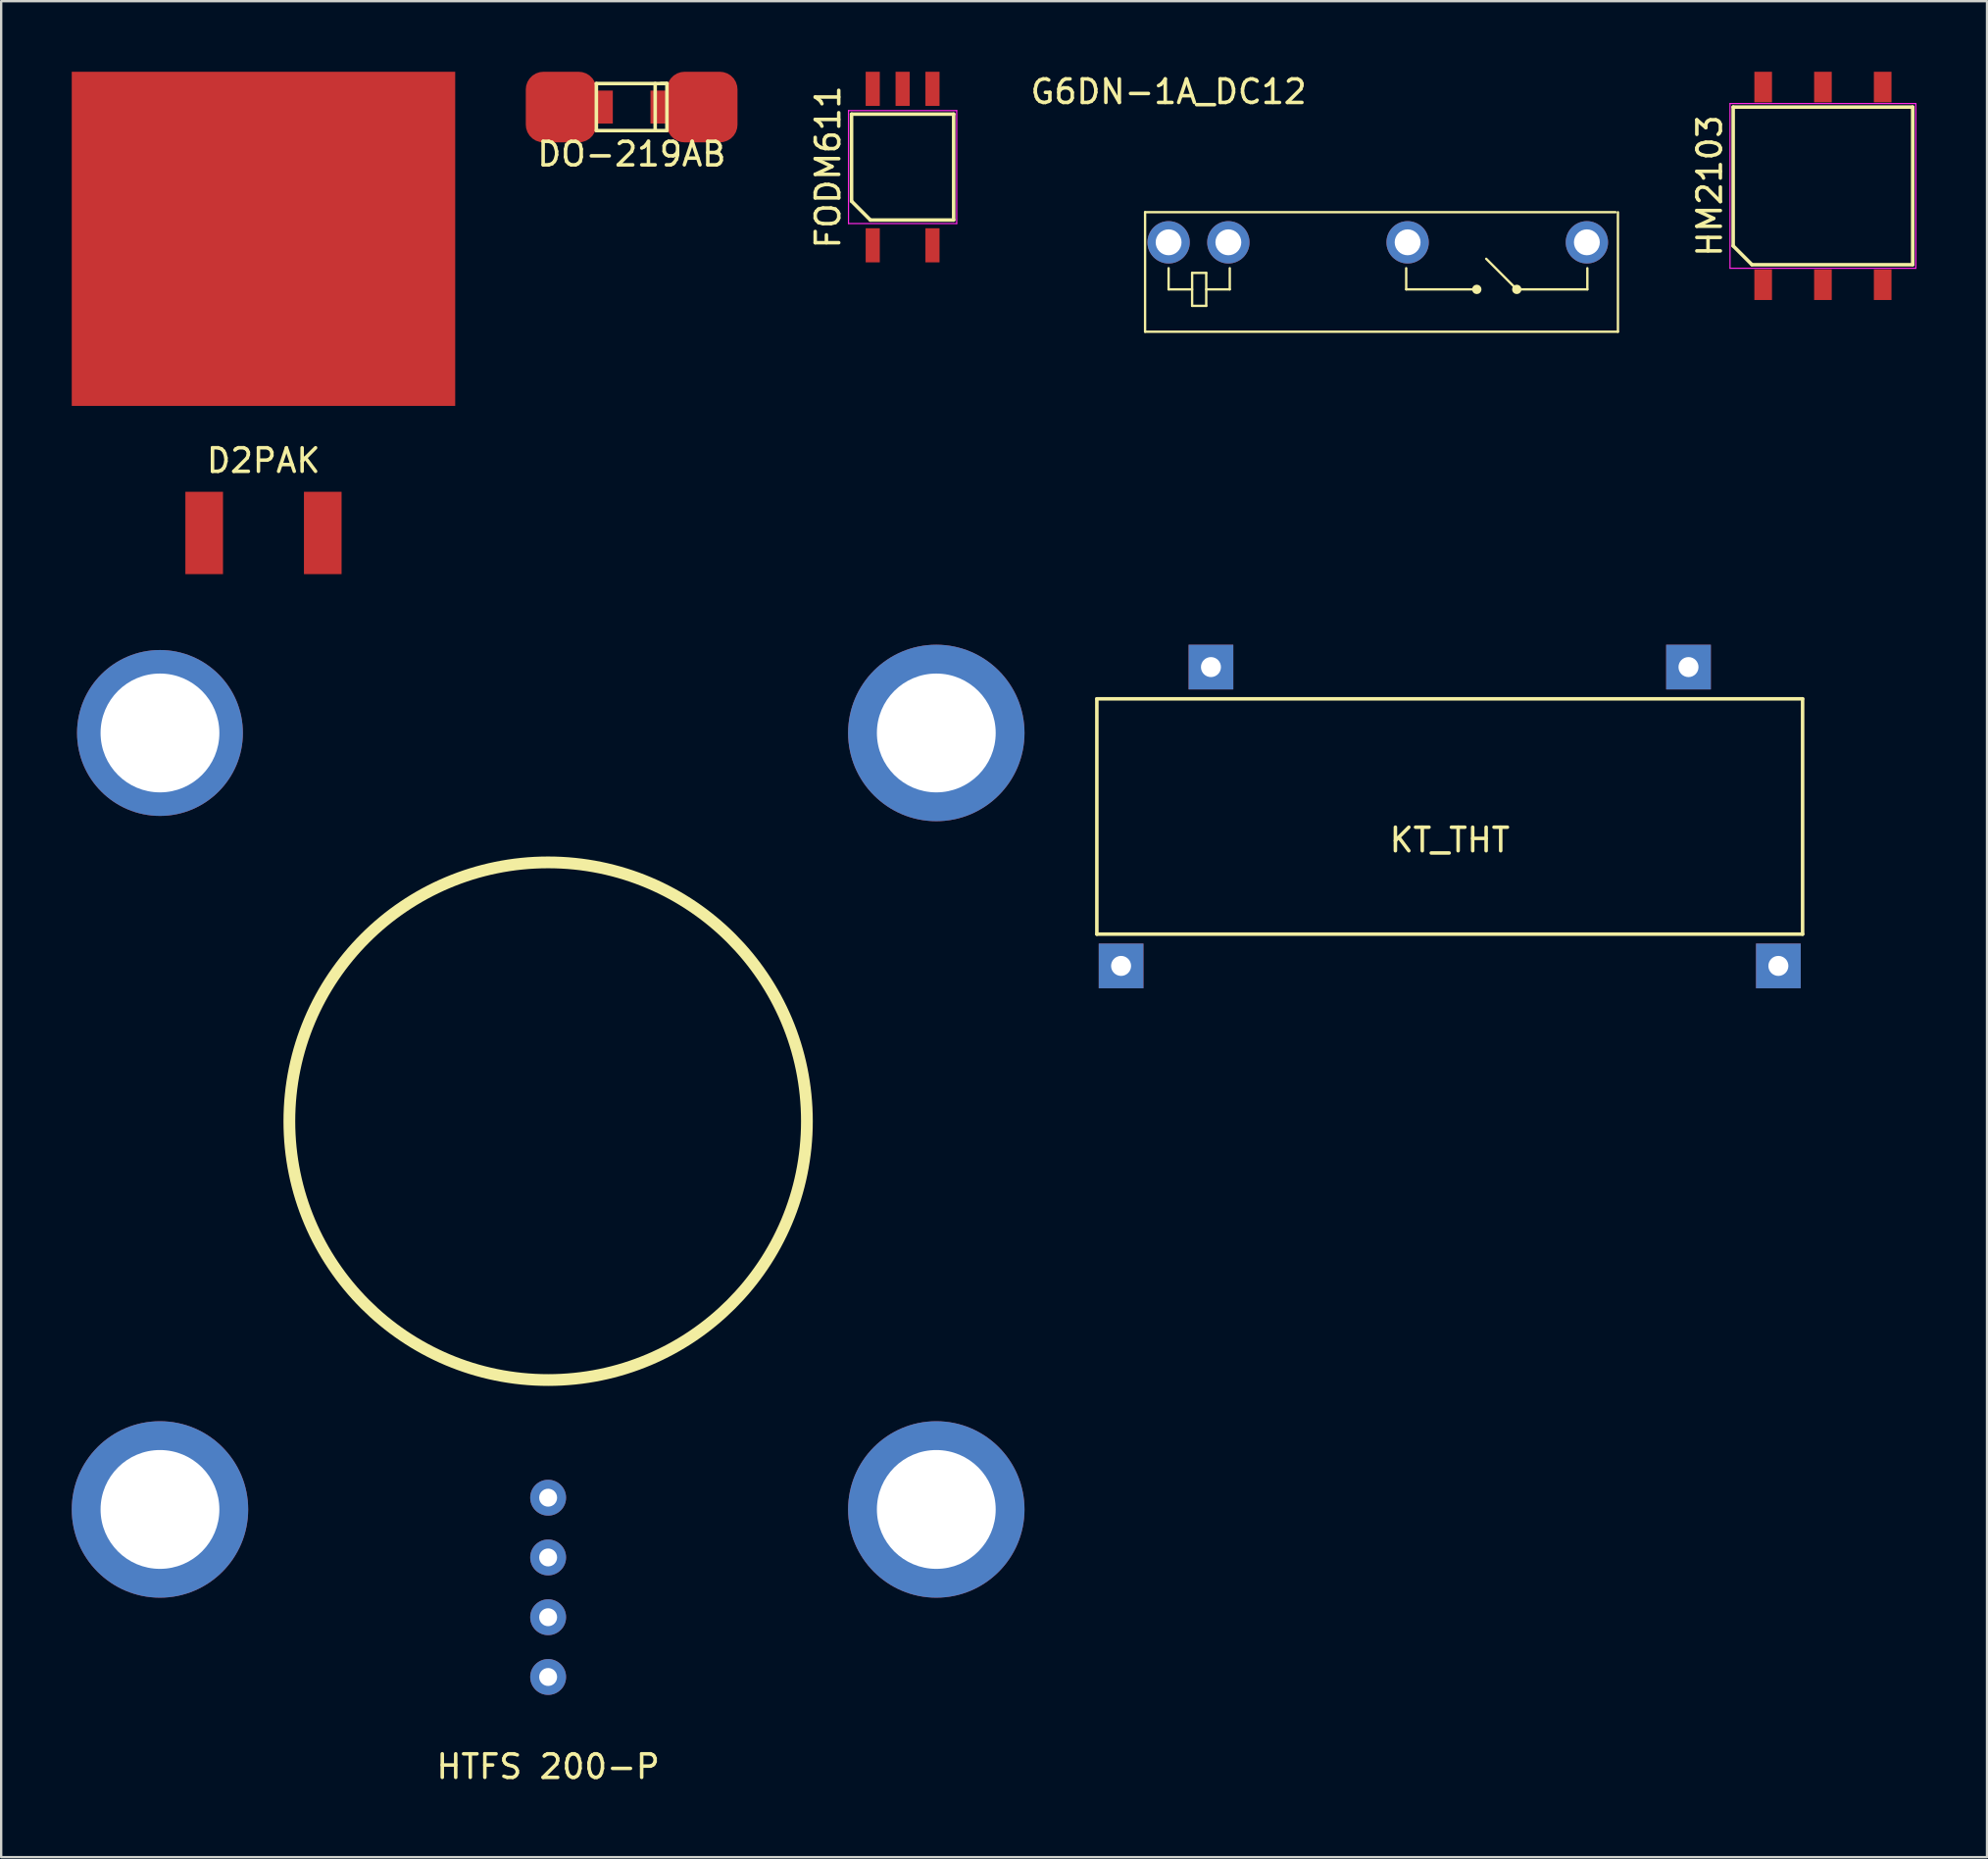
<source format=kicad_pcb>
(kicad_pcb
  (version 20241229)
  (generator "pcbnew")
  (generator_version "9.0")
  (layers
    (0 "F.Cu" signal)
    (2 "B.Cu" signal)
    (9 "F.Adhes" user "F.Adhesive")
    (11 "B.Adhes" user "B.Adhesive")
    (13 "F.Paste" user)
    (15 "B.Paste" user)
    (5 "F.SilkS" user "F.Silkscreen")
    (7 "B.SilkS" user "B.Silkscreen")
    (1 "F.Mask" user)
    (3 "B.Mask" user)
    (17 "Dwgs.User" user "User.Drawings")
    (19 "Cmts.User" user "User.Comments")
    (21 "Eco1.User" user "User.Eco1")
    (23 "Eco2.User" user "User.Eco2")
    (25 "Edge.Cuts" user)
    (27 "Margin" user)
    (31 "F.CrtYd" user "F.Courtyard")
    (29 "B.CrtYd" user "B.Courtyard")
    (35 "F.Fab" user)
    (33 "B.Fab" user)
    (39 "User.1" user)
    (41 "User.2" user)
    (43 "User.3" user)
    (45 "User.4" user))
  (footprint "FODM611"
    (layer "F.Cu")
    (at 35.318 4.05)
    (property "Reference" "FODM611" (at -3.17 0 90) (layer "F.SilkS") (effects (font (size 1 1) (thickness 0.15))))
    (attr smd)
    (fp_line (start -2.17 -2.25) (end 2.17 -2.25) (stroke (width 0.15) (type solid)) (layer "F.SilkS"))
    (fp_line (start -2.17 1.45) (end -2.17 -2.25) (stroke (width 0.15) (type solid)) (layer "F.SilkS"))
    (fp_line (start -1.37 2.25) (end -2.17 1.45) (stroke (width 0.15) (type solid)) (layer "F.SilkS"))
    (fp_line (start 2.17 -2.25) (end 2.17 2.25) (stroke (width 0.15) (type solid)) (layer "F.SilkS"))
    (fp_line (start 2.17 2.25) (end -1.37 2.25) (stroke (width 0.15) (type solid)) (layer "F.SilkS"))
    (fp_line (start -2.3 -2.4) (end 2.3 -2.4) (stroke (width 0.05) (type solid)) (layer "F.CrtYd"))
    (fp_line (start -2.3 2.4) (end -2.3 -2.4) (stroke (width 0.05) (type solid)) (layer "F.CrtYd"))
    (fp_line (start 2.3 -2.4) (end 2.3 2.4) (stroke (width 0.05) (type solid)) (layer "F.CrtYd"))
    (fp_line (start 2.3 2.4) (end -2.3 2.4) (stroke (width 0.05) (type solid)) (layer "F.CrtYd"))
    (pad "1" smd rect (at -1.27 3.325) (size 0.6 1.45) (layers "F.Cu" "F.Mask" "F.Paste"))
    (pad "3" smd rect (at 1.27 3.325) (size 0.6 1.45) (layers "F.Cu" "F.Mask" "F.Paste"))
    (pad "4" smd rect (at 1.27 -3.325) (size 0.6 1.45) (layers "F.Cu" "F.Mask" "F.Paste"))
    (pad "5" smd rect (at 0 -3.325) (size 0.6 1.45) (layers "F.Cu" "F.Mask" "F.Paste"))
    (pad "6" smd rect (at -1.27 -3.325) (size 0.6 1.45) (layers "F.Cu" "F.Mask" "F.Paste")))
  (footprint "DO-219AB"
    (layer "F.Cu")
    (at 23.8 1.5)
    (property "Reference" "DO-219AB" (at 0 2 0) (layer "F.SilkS") (effects (font (size 1 1) (thickness 0.15))))
    (attr through_hole)
    (fp_line (start -1.5 -1) (end -1.5 1) (stroke (width 0.15) (type solid)) (layer "F.SilkS"))
    (fp_line (start -1.5 1) (end 1.5 1) (stroke (width 0.15) (type solid)) (layer "F.SilkS"))
    (fp_line (start 1 -1) (end 1 1) (stroke (width 0.15) (type solid)) (layer "F.SilkS"))
    (fp_line (start 1.5 -1) (end -1.5 -1) (stroke (width 0.15) (type solid)) (layer "F.SilkS"))
    (fp_line (start 1.5 -1) (end 1.25 -1) (stroke (width 0.15) (type solid)) (layer "F.SilkS"))
    (fp_line (start 1.5 1) (end 1.5 -1) (stroke (width 0.15) (type solid)) (layer "F.SilkS"))
    (pad "1" smd roundrect (at -3 0) (size 3 3) (layers "F.Cu") (roundrect_rratio 0.25))
    (pad "1" smd rect (at -1.45 0) (size 1.3 1.4) (layers "F.Cu" "F.Mask" "F.Paste"))
    (pad "2" smd rect (at 1.45 0) (size 1.3 1.4) (layers "F.Cu" "F.Mask" "F.Paste"))
    (pad "2" smd roundrect (at 3 0) (size 3 3) (layers "F.Cu") (roundrect_rratio 0.25)))
  (footprint "G6DN-1A_DC12"
    (layer "F.Cu")
    (at 46.625 7.248)
    (property "Reference" "G6DN-1A_DC12" (at 0 -6.4 0) (layer "F.SilkS") (effects (font (size 1 1) (thickness 0.15))))
    (attr through_hole)
    (fp_line (start -1 -1.28) (end 19 -1.28) (stroke (width 0.1) (type solid)) (layer "F.SilkS"))
    (fp_line (start -1 3.8) (end -1 -1.28) (stroke (width 0.1) (type solid)) (layer "F.SilkS"))
    (fp_line (start -1 3.8) (end 19.1 3.8) (stroke (width 0.1) (type solid)) (layer "F.SilkS"))
    (fp_line (start 0 1.1) (end 0 2) (stroke (width 0.1) (type solid)) (layer "F.SilkS"))
    (fp_line (start 0 2) (end 1 2) (stroke (width 0.1) (type solid)) (layer "F.SilkS"))
    (fp_line (start 1 1.3) (end 1.6 1.3) (stroke (width 0.1) (type solid)) (layer "F.SilkS"))
    (fp_line (start 1 2.7) (end 1 1.3) (stroke (width 0.1) (type solid)) (layer "F.SilkS"))
    (fp_line (start 1.6 1.3) (end 1.6 2.7) (stroke (width 0.1) (type solid)) (layer "F.SilkS"))
    (fp_line (start 1.6 2) (end 2.6 2) (stroke (width 0.1) (type solid)) (layer "F.SilkS"))
    (fp_line (start 1.6 2.7) (end 1 2.7) (stroke (width 0.1) (type solid)) (layer "F.SilkS"))
    (fp_line (start 2.6 1.1) (end 2.6 2) (stroke (width 0.1) (type solid)) (layer "F.SilkS"))
    (fp_line (start 10.1 1.1) (end 10.1 2) (stroke (width 0.1) (type solid)) (layer "F.SilkS"))
    (fp_line (start 10.1 2) (end 13.1 2) (stroke (width 0.1) (type solid)) (layer "F.SilkS"))
    (fp_line (start 14.8 2) (end 13.5 0.7) (stroke (width 0.1) (type solid)) (layer "F.SilkS"))
    (fp_line (start 14.8 2) (end 17.8 2) (stroke (width 0.1) (type solid)) (layer "F.SilkS"))
    (fp_line (start 17.8 1.1) (end 17.8 2) (stroke (width 0.1) (type solid)) (layer "F.SilkS"))
    (fp_line (start 19.1 -1.28) (end 19.1 3.8) (stroke (width 0.1) (type solid)) (layer "F.SilkS"))
    (fp_circle (center 13.1 2) (end 13.2 2) (stroke (width 0.2) (type solid)) (fill no) (layer "F.SilkS"))
    (fp_circle (center 14.8 2) (end 14.9 2) (stroke (width 0.2) (type solid)) (fill no) (layer "F.SilkS"))
    (pad "1" thru_hole circle (at 0 0) (size 1.8 1.8) (drill 1.1) (layers "*.Cu" "*.Mask"))
    (pad "2" thru_hole circle (at 2.54 0) (size 1.8 1.8) (drill 1.1) (layers "*.Cu" "*.Mask"))
    (pad "3" thru_hole circle (at 10.16 0) (size 1.8 1.8) (drill 1.1) (layers "*.Cu" "*.Mask"))
    (pad "4" thru_hole circle (at 17.78 0) (size 1.8 1.8) (drill 1.1) (layers "*.Cu" "*.Mask")))
  (footprint "KT_THT"
    (layer "F.Cu")
    (at 58.575 31.65)
    (property "Reference" "KT_THT" (at 0 1 0) (layer "F.SilkS") (effects (font (size 1 1) (thickness 0.15))))
    (attr through_hole)
    (fp_line (start -15 -5) (end 15 -5) (stroke (width 0.15) (type solid)) (layer "F.SilkS"))
    (fp_line (start -15 5) (end -15 -5) (stroke (width 0.15) (type solid)) (layer "F.SilkS"))
    (fp_line (start 15 -5) (end 15 5) (stroke (width 0.15) (type solid)) (layer "F.SilkS"))
    (fp_line (start 15 5) (end -15 5) (stroke (width 0.15) (type solid)) (layer "F.SilkS"))
    (pad "1" thru_hole rect (at -10.15 -6.35) (size 1.9 1.9) (drill 0.85) (layers "*.Cu" "*.Mask"))
    (pad "2" thru_hole rect (at 10.15 -6.35) (size 1.9 1.9) (drill 0.85) (layers "*.Cu" "*.Mask"))
    (pad "3" thru_hole rect (at -13.97 6.35) (size 1.9 1.9) (drill 0.85) (layers "*.Cu" "*.Mask"))
    (pad "4" thru_hole rect (at 13.97 6.35) (size 1.9 1.9) (drill 0.85) (layers "*.Cu" "*.Mask")))
  (footprint "HM2103"
    (layer "F.Cu")
    (at 74.439 4.85)
    (property "Reference" "HM2103" (at -4.815 0 90) (layer "F.SilkS") (effects (font (size 1 1) (thickness 0.15))))
    (attr smd)
    (fp_line (start -3.815 -3.35) (end 3.815 -3.35) (stroke (width 0.15) (type solid)) (layer "F.SilkS"))
    (fp_line (start -3.815 2.55) (end -3.815 -3.35) (stroke (width 0.15) (type solid)) (layer "F.SilkS"))
    (fp_line (start -3.015 3.35) (end -3.815 2.55) (stroke (width 0.15) (type solid)) (layer "F.SilkS"))
    (fp_line (start 3.815 -3.35) (end 3.815 3.35) (stroke (width 0.15) (type solid)) (layer "F.SilkS"))
    (fp_line (start 3.815 3.35) (end -3.015 3.35) (stroke (width 0.15) (type solid)) (layer "F.SilkS"))
    (fp_line (start -3.95 -3.5) (end 3.95 -3.5) (stroke (width 0.05) (type solid)) (layer "F.CrtYd"))
    (fp_line (start -3.95 3.5) (end -3.95 -3.5) (stroke (width 0.05) (type solid)) (layer "F.CrtYd"))
    (fp_line (start 3.95 -3.5) (end 3.95 3.5) (stroke (width 0.05) (type solid)) (layer "F.CrtYd"))
    (fp_line (start 3.95 3.5) (end -3.95 3.5) (stroke (width 0.05) (type solid)) (layer "F.CrtYd"))
    (pad "1" smd rect (at -2.54 4.2) (size 0.75 1.3) (layers "F.Cu" "F.Mask" "F.Paste"))
    (pad "2" smd rect (at 0 4.2) (size 0.75 1.3) (layers "F.Cu" "F.Mask" "F.Paste"))
    (pad "3" smd rect (at 2.54 4.2) (size 0.75 1.3) (layers "F.Cu" "F.Mask" "F.Paste"))
    (pad "4" smd rect (at 2.54 -4.2) (size 0.75 1.3) (layers "F.Cu" "F.Mask" "F.Paste"))
    (pad "5" smd rect (at 0 -4.2) (size 0.75 1.3) (layers "F.Cu" "F.Mask" "F.Paste"))
    (pad "6" smd rect (at -2.54 -4.2) (size 0.75 1.3) (layers "F.Cu" "F.Mask" "F.Paste")))
  (footprint "D2PAK"
    (layer "F.Cu")
    (at 8.15 16.025)
    (property "Reference" "D2PAK" (at 0 0.5 0) (layer "F.SilkS") (effects (font (size 1 1) (thickness 0.15))))
    (attr smd)
    (fp_poly (pts (xy -7.8 -1.825) (xy -6.4 -1.825) (xy -6.4 -16.025) (xy -7.8 -16.025)) (stroke (width 0) (type solid)) (fill yes) (layer "F.Mask"))
    (fp_poly (pts (xy -5.6 -1.825) (xy 5.6 -1.825) (xy 5.6 -11.625) (xy -5.6 -11.625)) (stroke (width 0) (type solid)) (fill yes) (layer "F.Mask"))
    (fp_poly (pts (xy 7.8 -1.825) (xy 6.4 -1.825) (xy 6.4 -16.025) (xy 7.8 -16.025)) (stroke (width 0) (type solid)) (fill yes) (layer "F.Mask"))
    (fp_poly (pts (xy -7.8 -16.025) (xy -6.4 -16.025) (xy -6.4 -1.825) (xy -7.8 -1.825)) (stroke (width 0) (type solid)) (fill yes) (layer "F.Paste"))
    (fp_poly (pts (xy 5.6 -11.625) (xy 5.6 -1.825) (xy -5.6 -1.825) (xy -5.6 -11.625)) (stroke (width 0) (type solid)) (fill yes) (layer "F.Paste"))
    (fp_poly (pts (xy 6.4 -16.025) (xy 7.8 -16.025) (xy 7.8 -1.825) (xy 6.4 -1.825)) (stroke (width 0) (type solid)) (fill yes) (layer "F.Paste"))
    (pad "1" smd rect (at -2.52 3.575) (size 1.6 3.5) (layers "F.Cu" "F.Mask" "F.Paste"))
    (pad "2" smd rect (at 0 -8.925) (size 16.3 14.2) (layers "F.Cu"))
    (pad "3" smd rect (at 2.52 3.575) (size 1.6 3.5) (layers "F.Cu" "F.Mask" "F.Paste")))
  (footprint "HTFS 200-P"
    (layer "F.Cu")
    (at 20.25 64.41)
    (property "Reference" "HTFS 200-P" (at 0 7.62 0) (layer "F.SilkS") (effects (font (size 1 1) (thickness 0.15))))
    (attr through_hole)
    (fp_circle (center 0 -19.81) (end -11 -19.81) (stroke (width 0.5) (type solid)) (fill no) (layer "F.SilkS"))
    (pad "" thru_hole circle (at -16.5 -36.31) (size 7.05 7.05) (drill 5.05) (layers "*.Cu" "*.Mask"))
    (pad "" thru_hole circle (at -16.5 -3.31) (size 7.5 7.5) (drill 5.05) (layers "*.Cu" "*.Mask"))
    (pad "" thru_hole circle (at 16.5 -36.31) (size 7.5 7.5) (drill 5.05) (layers "*.Cu" "*.Mask"))
    (pad "" thru_hole circle (at 16.5 -3.31) (size 7.5 7.5) (drill 5.05) (layers "*.Cu" "*.Mask"))
    (pad "1" thru_hole circle (at 0 3.81) (size 1.524 1.524) (drill 0.762) (layers "*.Cu" "*.Mask"))
    (pad "2" thru_hole circle (at 0 1.27) (size 1.524 1.524) (drill 0.762) (layers "*.Cu" "*.Mask"))
    (pad "3" thru_hole circle (at 0 -1.27) (size 1.524 1.524) (drill 0.762) (layers "*.Cu" "*.Mask"))
    (pad "4" thru_hole circle (at 0 -3.81) (size 1.524 1.524) (drill 0.762) (layers "*.Cu" "*.Mask")))
  (gr_rect
    (start -3 -3)
    (end 81.414 75.878)
    (stroke (width 0.1) (type default))
    (fill no)
    (layer "Edge.Cuts")))
</source>
